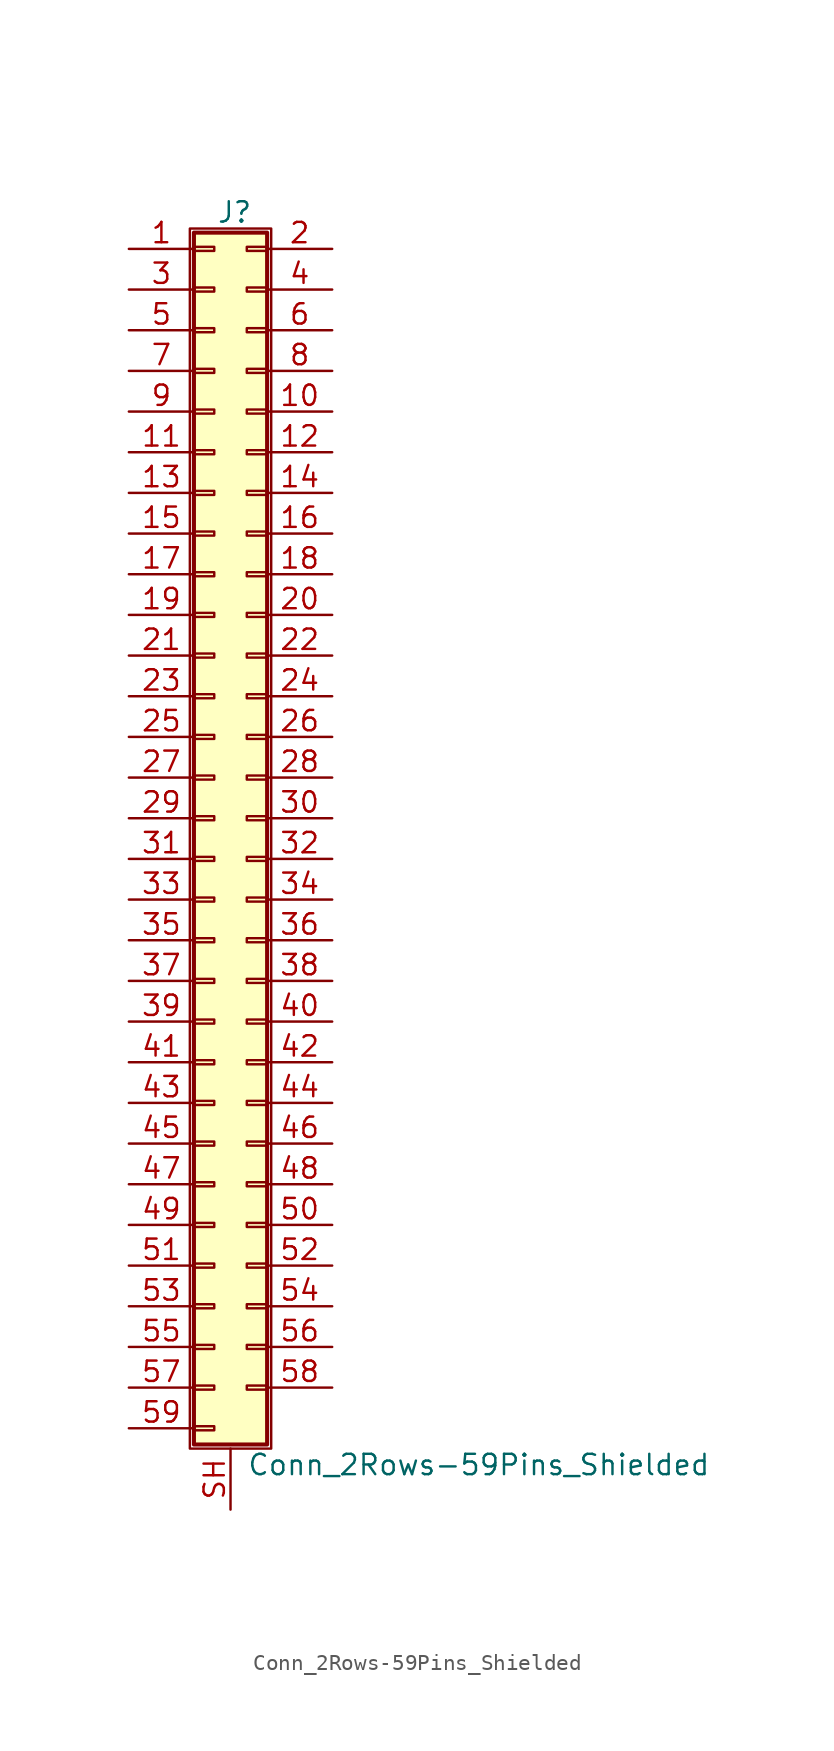
<source format=kicad_sym>
(kicad_symbol_lib
  (version 20200908)
  (generator kicad_symbol_editor)
  (symbol "Connector_Generic_Shielded:Conn_2Rows-59Pins_Shielded"
    (pin_names
      (offset 1.016) hide)
    (property "Reference" "J"
      (at 1.524 37.846 0)
      (effects (font (size 1.27 1.27))))
    (property "Value" "Conn_2Rows-59Pins_Shielded"
      (at 2.286 -40.386 0)
      (effects (font (size 1.27 1.27)) (justify left)))
    (symbol "Conn_2Rows-59Pins_Shielded_1_1"
      (rectangle (start -1.016 -27.813) (end 0.254 -28.067) (stroke (width 0.152)) (fill (type none)))
      (rectangle (start -1.016 -30.353) (end 0.254 -30.607) (stroke (width 0.152)) (fill (type none)))
      (rectangle (start -1.016 -32.893) (end 0.254 -33.147) (stroke (width 0.152)) (fill (type none)))
      (rectangle (start -1.016 -35.433) (end 0.254 -35.687) (stroke (width 0.152)) (fill (type none)))
      (rectangle (start -1.016 -37.973) (end 0.254 -38.227) (stroke (width 0.152)) (fill (type none)))
      (rectangle (start -1.016 -4.953) (end 0.254 -5.207) (stroke (width 0.152)) (fill (type none)))
      (rectangle (start -1.016 -7.493) (end 0.254 -7.747) (stroke (width 0.152)) (fill (type none)))
      (rectangle (start -1.016 -10.033) (end 0.254 -10.287) (stroke (width 0.152)) (fill (type none)))
      (rectangle (start -1.016 -12.573) (end 0.254 -12.827) (stroke (width 0.152)) (fill (type none)))
      (rectangle (start -1.016 -15.113) (end 0.254 -15.367) (stroke (width 0.152)) (fill (type none)))
      (rectangle (start -1.016 -17.653) (end 0.254 -17.907) (stroke (width 0.152)) (fill (type none)))
      (rectangle (start -1.016 -20.193) (end 0.254 -20.447) (stroke (width 0.152)) (fill (type none)))
      (rectangle (start -1.016 -22.733) (end 0.254 -22.987) (stroke (width 0.152)) (fill (type none)))
      (rectangle (start -1.016 -2.413) (end 0.254 -2.667) (stroke (width 0.152)) (fill (type none)))
      (rectangle (start -1.016 -25.273) (end 0.254 -25.527) (stroke (width 0.152)) (fill (type none)))
      (rectangle (start -1.016 25.527) (end 0.254 25.273) (stroke (width 0.152)) (fill (type none)))
      (rectangle (start -1.016 2.667) (end 0.254 2.413) (stroke (width 0.152)) (fill (type none)))
      (rectangle (start -1.016 28.067) (end 0.254 27.813) (stroke (width 0.152)) (fill (type none)))
      (rectangle (start -1.016 30.607) (end 0.254 30.353) (stroke (width 0.152)) (fill (type none)))
      (rectangle (start -1.016 33.147) (end 0.254 32.893) (stroke (width 0.152)) (fill (type none)))
      (rectangle (start -1.016 35.687) (end 0.254 35.433) (stroke (width 0.152)) (fill (type none)))
      (rectangle (start -1.016 36.576) (end 3.556 -39.116) (stroke (width 0.254)) (fill (type background)))
      (rectangle (start -1.016 5.207) (end 0.254 4.953) (stroke (width 0.152)) (fill (type none)))
      (rectangle (start -1.016 7.747) (end 0.254 7.493) (stroke (width 0.152)) (fill (type none)))
      (rectangle (start -1.016 10.287) (end 0.254 10.033) (stroke (width 0.152)) (fill (type none)))
      (rectangle (start -1.016 0.127) (end 0.254 -0.127) (stroke (width 0.152)) (fill (type none)))
      (rectangle (start -1.016 12.827) (end 0.254 12.573) (stroke (width 0.152)) (fill (type none)))
      (rectangle (start -1.016 15.367) (end 0.254 15.113) (stroke (width 0.152)) (fill (type none)))
      (rectangle (start -1.016 17.907) (end 0.254 17.653) (stroke (width 0.152)) (fill (type none)))
      (rectangle (start -1.016 20.447) (end 0.254 20.193) (stroke (width 0.152)) (fill (type none)))
      (rectangle (start -1.016 22.987) (end 0.254 22.733) (stroke (width 0.152)) (fill (type none)))
      (rectangle (start -1.27 36.83) (end 3.81 -39.37) (stroke (width 0.152)) (fill (type none)))
      (rectangle (start 3.556 -27.813) (end 2.286 -28.067) (stroke (width 0.152)) (fill (type none)))
      (rectangle (start 3.556 -30.353) (end 2.286 -30.607) (stroke (width 0.152)) (fill (type none)))
      (rectangle (start 3.556 -32.893) (end 2.286 -33.147) (stroke (width 0.152)) (fill (type none)))
      (rectangle (start 3.556 -35.433) (end 2.286 -35.687) (stroke (width 0.152)) (fill (type none)))
      (rectangle (start 3.556 -4.953) (end 2.286 -5.207) (stroke (width 0.152)) (fill (type none)))
      (rectangle (start 3.556 -7.493) (end 2.286 -7.747) (stroke (width 0.152)) (fill (type none)))
      (rectangle (start 3.556 -10.033) (end 2.286 -10.287) (stroke (width 0.152)) (fill (type none)))
      (rectangle (start 3.556 -12.573) (end 2.286 -12.827) (stroke (width 0.152)) (fill (type none)))
      (rectangle (start 3.556 -15.113) (end 2.286 -15.367) (stroke (width 0.152)) (fill (type none)))
      (rectangle (start 3.556 -17.653) (end 2.286 -17.907) (stroke (width 0.152)) (fill (type none)))
      (rectangle (start 3.556 -20.193) (end 2.286 -20.447) (stroke (width 0.152)) (fill (type none)))
      (rectangle (start 3.556 -22.733) (end 2.286 -22.987) (stroke (width 0.152)) (fill (type none)))
      (rectangle (start 3.556 -2.413) (end 2.286 -2.667) (stroke (width 0.152)) (fill (type none)))
      (rectangle (start 3.556 -25.273) (end 2.286 -25.527) (stroke (width 0.152)) (fill (type none)))
      (rectangle (start 3.556 25.527) (end 2.286 25.273) (stroke (width 0.152)) (fill (type none)))
      (rectangle (start 3.556 2.667) (end 2.286 2.413) (stroke (width 0.152)) (fill (type none)))
      (rectangle (start 3.556 28.067) (end 2.286 27.813) (stroke (width 0.152)) (fill (type none)))
      (rectangle (start 3.556 30.607) (end 2.286 30.353) (stroke (width 0.152)) (fill (type none)))
      (rectangle (start 3.556 33.147) (end 2.286 32.893) (stroke (width 0.152)) (fill (type none)))
      (rectangle (start 3.556 35.687) (end 2.286 35.433) (stroke (width 0.152)) (fill (type none)))
      (rectangle (start 3.556 5.207) (end 2.286 4.953) (stroke (width 0.152)) (fill (type none)))
      (rectangle (start 3.556 7.747) (end 2.286 7.493) (stroke (width 0.152)) (fill (type none)))
      (rectangle (start 3.556 10.287) (end 2.286 10.033) (stroke (width 0.152)) (fill (type none)))
      (rectangle (start 3.556 0.127) (end 2.286 -0.127) (stroke (width 0.152)) (fill (type none)))
      (rectangle (start 3.556 12.827) (end 2.286 12.573) (stroke (width 0.152)) (fill (type none)))
      (rectangle (start 3.556 15.367) (end 2.286 15.113) (stroke (width 0.152)) (fill (type none)))
      (rectangle (start 3.556 17.907) (end 2.286 17.653) (stroke (width 0.152)) (fill (type none)))
      (rectangle (start 3.556 20.447) (end 2.286 20.193) (stroke (width 0.152)) (fill (type none)))
      (rectangle (start 3.556 22.987) (end 2.286 22.733) (stroke (width 0.152)) (fill (type none)))
      (pin passive line (at -5.08 35.56 0) (length 4.064) (name "Pin_1" (effects (font (size 1.27 1.27)))) (number "1" (effects (font (size 1.27 1.27)))))
      (pin passive line (at 7.62 25.4 180) (length 4.064) (name "Pin_10" (effects (font (size 1.27 1.27)))) (number "10" (effects (font (size 1.27 1.27)))))
      (pin passive line (at -5.08 22.86 0) (length 4.064) (name "Pin_11" (effects (font (size 1.27 1.27)))) (number "11" (effects (font (size 1.27 1.27)))))
      (pin passive line (at 7.62 22.86 180) (length 4.064) (name "Pin_12" (effects (font (size 1.27 1.27)))) (number "12" (effects (font (size 1.27 1.27)))))
      (pin passive line (at -5.08 20.32 0) (length 4.064) (name "Pin_13" (effects (font (size 1.27 1.27)))) (number "13" (effects (font (size 1.27 1.27)))))
      (pin passive line (at 7.62 20.32 180) (length 4.064) (name "Pin_14" (effects (font (size 1.27 1.27)))) (number "14" (effects (font (size 1.27 1.27)))))
      (pin passive line (at -5.08 17.78 0) (length 4.064) (name "Pin_15" (effects (font (size 1.27 1.27)))) (number "15" (effects (font (size 1.27 1.27)))))
      (pin passive line (at 7.62 17.78 180) (length 4.064) (name "Pin_16" (effects (font (size 1.27 1.27)))) (number "16" (effects (font (size 1.27 1.27)))))
      (pin passive line (at -5.08 15.24 0) (length 4.064) (name "Pin_17" (effects (font (size 1.27 1.27)))) (number "17" (effects (font (size 1.27 1.27)))))
      (pin passive line (at 7.62 15.24 180) (length 4.064) (name "Pin_18" (effects (font (size 1.27 1.27)))) (number "18" (effects (font (size 1.27 1.27)))))
      (pin passive line (at -5.08 12.7 0) (length 4.064) (name "Pin_19" (effects (font (size 1.27 1.27)))) (number "19" (effects (font (size 1.27 1.27)))))
      (pin passive line (at 7.62 35.56 180) (length 4.064) (name "Pin_2" (effects (font (size 1.27 1.27)))) (number "2" (effects (font (size 1.27 1.27)))))
      (pin passive line (at 7.62 12.7 180) (length 4.064) (name "Pin_20" (effects (font (size 1.27 1.27)))) (number "20" (effects (font (size 1.27 1.27)))))
      (pin passive line (at -5.08 10.16 0) (length 4.064) (name "Pin_21" (effects (font (size 1.27 1.27)))) (number "21" (effects (font (size 1.27 1.27)))))
      (pin passive line (at 7.62 10.16 180) (length 4.064) (name "Pin_22" (effects (font (size 1.27 1.27)))) (number "22" (effects (font (size 1.27 1.27)))))
      (pin passive line (at -5.08 7.62 0) (length 4.064) (name "Pin_23" (effects (font (size 1.27 1.27)))) (number "23" (effects (font (size 1.27 1.27)))))
      (pin passive line (at 7.62 7.62 180) (length 4.064) (name "Pin_24" (effects (font (size 1.27 1.27)))) (number "24" (effects (font (size 1.27 1.27)))))
      (pin passive line (at -5.08 5.08 0) (length 4.064) (name "Pin_25" (effects (font (size 1.27 1.27)))) (number "25" (effects (font (size 1.27 1.27)))))
      (pin passive line (at 7.62 5.08 180) (length 4.064) (name "Pin_26" (effects (font (size 1.27 1.27)))) (number "26" (effects (font (size 1.27 1.27)))))
      (pin passive line (at -5.08 2.54 0) (length 4.064) (name "Pin_27" (effects (font (size 1.27 1.27)))) (number "27" (effects (font (size 1.27 1.27)))))
      (pin passive line (at 7.62 2.54 180) (length 4.064) (name "Pin_28" (effects (font (size 1.27 1.27)))) (number "28" (effects (font (size 1.27 1.27)))))
      (pin passive line (at -5.08 0 0) (length 4.064) (name "Pin_29" (effects (font (size 1.27 1.27)))) (number "29" (effects (font (size 1.27 1.27)))))
      (pin passive line (at -5.08 33.02 0) (length 4.064) (name "Pin_3" (effects (font (size 1.27 1.27)))) (number "3" (effects (font (size 1.27 1.27)))))
      (pin passive line (at 7.62 0 180) (length 4.064) (name "Pin_30" (effects (font (size 1.27 1.27)))) (number "30" (effects (font (size 1.27 1.27)))))
      (pin passive line (at -5.08 -2.54 0) (length 4.064) (name "Pin_31" (effects (font (size 1.27 1.27)))) (number "31" (effects (font (size 1.27 1.27)))))
      (pin passive line (at 7.62 -2.54 180) (length 4.064) (name "Pin_32" (effects (font (size 1.27 1.27)))) (number "32" (effects (font (size 1.27 1.27)))))
      (pin passive line (at -5.08 -5.08 0) (length 4.064) (name "Pin_33" (effects (font (size 1.27 1.27)))) (number "33" (effects (font (size 1.27 1.27)))))
      (pin passive line (at 7.62 -5.08 180) (length 4.064) (name "Pin_34" (effects (font (size 1.27 1.27)))) (number "34" (effects (font (size 1.27 1.27)))))
      (pin passive line (at -5.08 -7.62 0) (length 4.064) (name "Pin_35" (effects (font (size 1.27 1.27)))) (number "35" (effects (font (size 1.27 1.27)))))
      (pin passive line (at 7.62 -7.62 180) (length 4.064) (name "Pin_36" (effects (font (size 1.27 1.27)))) (number "36" (effects (font (size 1.27 1.27)))))
      (pin passive line (at -5.08 -10.16 0) (length 4.064) (name "Pin_37" (effects (font (size 1.27 1.27)))) (number "37" (effects (font (size 1.27 1.27)))))
      (pin passive line (at 7.62 -10.16 180) (length 4.064) (name "Pin_38" (effects (font (size 1.27 1.27)))) (number "38" (effects (font (size 1.27 1.27)))))
      (pin passive line (at -5.08 -12.7 0) (length 4.064) (name "Pin_39" (effects (font (size 1.27 1.27)))) (number "39" (effects (font (size 1.27 1.27)))))
      (pin passive line (at 7.62 33.02 180) (length 4.064) (name "Pin_4" (effects (font (size 1.27 1.27)))) (number "4" (effects (font (size 1.27 1.27)))))
      (pin passive line (at 7.62 -12.7 180) (length 4.064) (name "Pin_40" (effects (font (size 1.27 1.27)))) (number "40" (effects (font (size 1.27 1.27)))))
      (pin passive line (at -5.08 -15.24 0) (length 4.064) (name "Pin_41" (effects (font (size 1.27 1.27)))) (number "41" (effects (font (size 1.27 1.27)))))
      (pin passive line (at 7.62 -15.24 180) (length 4.064) (name "Pin_42" (effects (font (size 1.27 1.27)))) (number "42" (effects (font (size 1.27 1.27)))))
      (pin passive line (at -5.08 -17.78 0) (length 4.064) (name "Pin_43" (effects (font (size 1.27 1.27)))) (number "43" (effects (font (size 1.27 1.27)))))
      (pin passive line (at 7.62 -17.78 180) (length 4.064) (name "Pin_44" (effects (font (size 1.27 1.27)))) (number "44" (effects (font (size 1.27 1.27)))))
      (pin passive line (at -5.08 -20.32 0) (length 4.064) (name "Pin_45" (effects (font (size 1.27 1.27)))) (number "45" (effects (font (size 1.27 1.27)))))
      (pin passive line (at 7.62 -20.32 180) (length 4.064) (name "Pin_46" (effects (font (size 1.27 1.27)))) (number "46" (effects (font (size 1.27 1.27)))))
      (pin passive line (at -5.08 -22.86 0) (length 4.064) (name "Pin_47" (effects (font (size 1.27 1.27)))) (number "47" (effects (font (size 1.27 1.27)))))
      (pin passive line (at 7.62 -22.86 180) (length 4.064) (name "Pin_48" (effects (font (size 1.27 1.27)))) (number "48" (effects (font (size 1.27 1.27)))))
      (pin passive line (at -5.08 -25.4 0) (length 4.064) (name "Pin_49" (effects (font (size 1.27 1.27)))) (number "49" (effects (font (size 1.27 1.27)))))
      (pin passive line (at -5.08 30.48 0) (length 4.064) (name "Pin_5" (effects (font (size 1.27 1.27)))) (number "5" (effects (font (size 1.27 1.27)))))
      (pin passive line (at 7.62 -25.4 180) (length 4.064) (name "Pin_50" (effects (font (size 1.27 1.27)))) (number "50" (effects (font (size 1.27 1.27)))))
      (pin passive line (at -5.08 -27.94 0) (length 4.064) (name "Pin_51" (effects (font (size 1.27 1.27)))) (number "51" (effects (font (size 1.27 1.27)))))
      (pin passive line (at 7.62 -27.94 180) (length 4.064) (name "Pin_52" (effects (font (size 1.27 1.27)))) (number "52" (effects (font (size 1.27 1.27)))))
      (pin passive line (at -5.08 -30.48 0) (length 4.064) (name "Pin_53" (effects (font (size 1.27 1.27)))) (number "53" (effects (font (size 1.27 1.27)))))
      (pin passive line (at 7.62 -30.48 180) (length 4.064) (name "Pin_54" (effects (font (size 1.27 1.27)))) (number "54" (effects (font (size 1.27 1.27)))))
      (pin passive line (at -5.08 -33.02 0) (length 4.064) (name "Pin_55" (effects (font (size 1.27 1.27)))) (number "55" (effects (font (size 1.27 1.27)))))
      (pin passive line (at 7.62 -33.02 180) (length 4.064) (name "Pin_56" (effects (font (size 1.27 1.27)))) (number "56" (effects (font (size 1.27 1.27)))))
      (pin passive line (at -5.08 -35.56 0) (length 4.064) (name "Pin_57" (effects (font (size 1.27 1.27)))) (number "57" (effects (font (size 1.27 1.27)))))
      (pin passive line (at 7.62 -35.56 180) (length 4.064) (name "Pin_58" (effects (font (size 1.27 1.27)))) (number "58" (effects (font (size 1.27 1.27)))))
      (pin passive line (at -5.08 -38.1 0) (length 4.064) (name "Pin_59" (effects (font (size 1.27 1.27)))) (number "59" (effects (font (size 1.27 1.27)))))
      (pin passive line (at 7.62 30.48 180) (length 4.064) (name "Pin_6" (effects (font (size 1.27 1.27)))) (number "6" (effects (font (size 1.27 1.27)))))
      (pin passive line (at -5.08 27.94 0) (length 4.064) (name "Pin_7" (effects (font (size 1.27 1.27)))) (number "7" (effects (font (size 1.27 1.27)))))
      (pin passive line (at 7.62 27.94 180) (length 4.064) (name "Pin_8" (effects (font (size 1.27 1.27)))) (number "8" (effects (font (size 1.27 1.27)))))
      (pin passive line (at -5.08 25.4 0) (length 4.064) (name "Pin_9" (effects (font (size 1.27 1.27)))) (number "9" (effects (font (size 1.27 1.27)))))
      (pin passive line (at 1.27 -43.18 90) (length 3.81) (name "Shield" (effects (font (size 1.27 1.27)))) (number "SH" (effects (font (size 1.27 1.27))))))))
</source>
